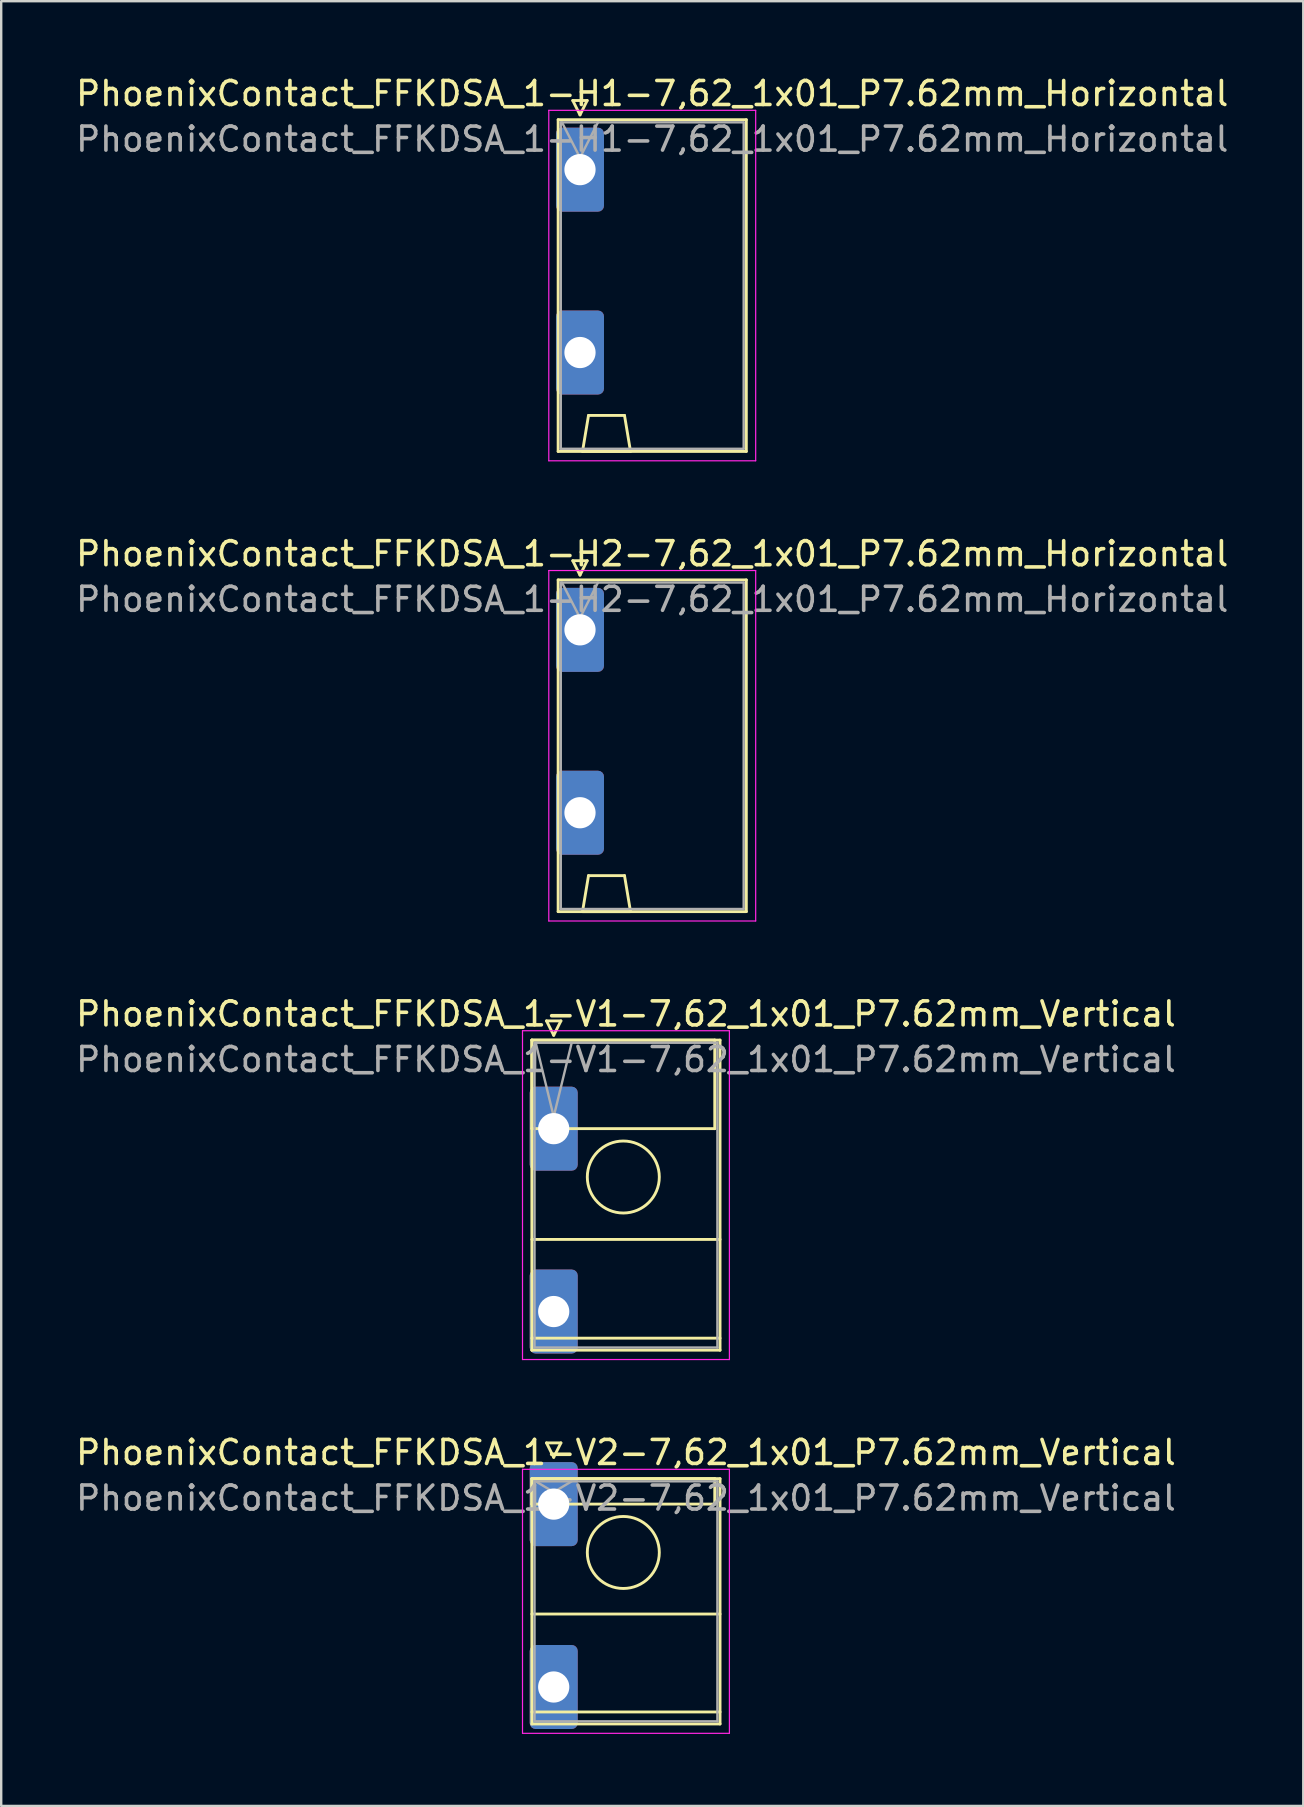
<source format=kicad_pcb>
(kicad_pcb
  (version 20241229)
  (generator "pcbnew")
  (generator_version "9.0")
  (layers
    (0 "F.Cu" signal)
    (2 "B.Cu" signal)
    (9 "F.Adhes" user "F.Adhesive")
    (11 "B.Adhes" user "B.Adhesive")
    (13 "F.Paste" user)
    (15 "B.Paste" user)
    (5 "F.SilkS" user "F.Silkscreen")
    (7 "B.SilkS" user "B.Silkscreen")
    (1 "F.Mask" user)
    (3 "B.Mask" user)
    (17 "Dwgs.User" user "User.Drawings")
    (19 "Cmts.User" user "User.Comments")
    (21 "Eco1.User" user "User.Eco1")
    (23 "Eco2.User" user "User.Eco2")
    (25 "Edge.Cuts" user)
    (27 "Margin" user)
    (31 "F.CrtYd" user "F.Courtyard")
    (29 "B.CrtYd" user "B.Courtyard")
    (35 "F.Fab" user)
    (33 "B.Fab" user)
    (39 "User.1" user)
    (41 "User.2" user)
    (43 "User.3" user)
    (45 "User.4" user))
  (footprint "PhoenixContact_FFKDSA_1-V2-7,62_1x01_P7.62mm_Vertical"
    (layer "F.Cu")
    (at 20.02 59.618)
    (property "Reference" "PhoenixContact_FFKDSA_1-V2-7,62_1x01_P7.62mm_Vertical" (at 3.01 -2.15 0) (layer "F.SilkS") (effects (font (size 1 1) (thickness 0.15))))
    (attr through_hole)
    (fp_line (start -0.91 -1.06) (end -0.91 0) (stroke (width 0.12) (type solid)) (layer "F.SilkS"))
    (fp_line (start -0.91 -1.06) (end -0.91 9.16) (stroke (width 0.12) (type solid)) (layer "F.SilkS"))
    (fp_line (start -0.91 0) (end 6.71 0) (stroke (width 0.12) (type solid)) (layer "F.SilkS"))
    (fp_line (start -0.91 4.58) (end 6.93 4.58) (stroke (width 0.12) (type solid)) (layer "F.SilkS"))
    (fp_line (start -0.91 8.66) (end 6.93 8.66) (stroke (width 0.12) (type solid)) (layer "F.SilkS"))
    (fp_line (start -0.91 9.16) (end 6.93 9.16) (stroke (width 0.12) (type solid)) (layer "F.SilkS"))
    (fp_line (start -0.3 -2.55) (end 0.3 -2.55) (stroke (width 0.12) (type solid)) (layer "F.SilkS"))
    (fp_line (start 0 -1.95) (end -0.3 -2.55) (stroke (width 0.12) (type solid)) (layer "F.SilkS"))
    (fp_line (start 0.3 -2.55) (end 0 -1.95) (stroke (width 0.12) (type solid)) (layer "F.SilkS"))
    (fp_line (start 6.71 -1.06) (end -0.91 -1.06) (stroke (width 0.12) (type solid)) (layer "F.SilkS"))
    (fp_line (start 6.71 0) (end 6.71 -1.06) (stroke (width 0.12) (type solid)) (layer "F.SilkS"))
    (fp_line (start 6.93 -1.06) (end -0.91 -1.06) (stroke (width 0.12) (type solid)) (layer "F.SilkS"))
    (fp_line (start 6.93 9.16) (end 6.93 -1.06) (stroke (width 0.12) (type solid)) (layer "F.SilkS"))
    (fp_circle (center 2.9 2.015) (end 4.4 2.015) (stroke (width 0.12) (type solid)) (fill no) (layer "F.SilkS"))
    (fp_line (start -1.3 -1.45) (end -1.3 9.55) (stroke (width 0.05) (type solid)) (layer "F.CrtYd"))
    (fp_line (start -1.3 9.55) (end 7.32 9.55) (stroke (width 0.05) (type solid)) (layer "F.CrtYd"))
    (fp_line (start 7.32 -1.45) (end -1.3 -1.45) (stroke (width 0.05) (type solid)) (layer "F.CrtYd"))
    (fp_line (start 7.32 9.55) (end 7.32 -1.45) (stroke (width 0.05) (type solid)) (layer "F.CrtYd"))
    (fp_line (start -0.8 -0.95) (end -0.8 9.05) (stroke (width 0.1) (type solid)) (layer "F.Fab"))
    (fp_line (start -0.8 9.05) (end 6.82 9.05) (stroke (width 0.1) (type solid)) (layer "F.Fab"))
    (fp_line (start 0 -0.5) (end -0.75 -0.95) (stroke (width 0.1) (type solid)) (layer "F.Fab"))
    (fp_line (start 0.75 -0.95) (end 0 -0.5) (stroke (width 0.1) (type solid)) (layer "F.Fab"))
    (fp_line (start 6.82 -0.95) (end -0.8 -0.95) (stroke (width 0.1) (type solid)) (layer "F.Fab"))
    (fp_line (start 6.82 9.05) (end 6.82 -0.95) (stroke (width 0.1) (type solid)) (layer "F.Fab"))
    (fp_text user "${REFERENCE}" (at 3.01 -0.25 0) (layer "F.Fab") (effects (font (size 1 1) (thickness 0.15))))
    (pad "1" thru_hole roundrect (at 0 0) (size 2 3.5) (drill 1.3) (layers "*.Cu" "*.Mask") (roundrect_rratio 0.125))
    (pad "1" thru_hole roundrect (at 0 7.62) (size 2 3.5) (drill 1.3) (layers "*.Cu" "*.Mask") (roundrect_rratio 0.125)))
  (footprint "PhoenixContact_FFKDSA_1-V1-7,62_1x01_P7.62mm_Vertical"
    (layer "F.Cu")
    (at 20.02 43.975)
    (property "Reference" "PhoenixContact_FFKDSA_1-V1-7,62_1x01_P7.62mm_Vertical" (at 3.01 -4.78 0) (layer "F.SilkS") (effects (font (size 1 1) (thickness 0.15))))
    (attr through_hole)
    (fp_line (start -0.91 -3.69) (end -0.91 0) (stroke (width 0.12) (type solid)) (layer "F.SilkS"))
    (fp_line (start -0.91 -3.69) (end -0.91 9.23) (stroke (width 0.12) (type solid)) (layer "F.SilkS"))
    (fp_line (start -0.91 0) (end 6.71 0) (stroke (width 0.12) (type solid)) (layer "F.SilkS"))
    (fp_line (start -0.91 4.615) (end 6.93 4.615) (stroke (width 0.12) (type solid)) (layer "F.SilkS"))
    (fp_line (start -0.91 8.73) (end 6.93 8.73) (stroke (width 0.12) (type solid)) (layer "F.SilkS"))
    (fp_line (start -0.91 9.23) (end 6.93 9.23) (stroke (width 0.12) (type solid)) (layer "F.SilkS"))
    (fp_line (start -0.3 -4.49) (end 0.3 -4.49) (stroke (width 0.12) (type solid)) (layer "F.SilkS"))
    (fp_line (start 0 -3.89) (end -0.3 -4.49) (stroke (width 0.12) (type solid)) (layer "F.SilkS"))
    (fp_line (start 0.3 -4.49) (end 0 -3.89) (stroke (width 0.12) (type solid)) (layer "F.SilkS"))
    (fp_line (start 6.71 -3.69) (end -0.91 -3.69) (stroke (width 0.12) (type solid)) (layer "F.SilkS"))
    (fp_line (start 6.71 0) (end 6.71 -3.69) (stroke (width 0.12) (type solid)) (layer "F.SilkS"))
    (fp_line (start 6.93 -3.69) (end -0.91 -3.69) (stroke (width 0.12) (type solid)) (layer "F.SilkS"))
    (fp_line (start 6.93 9.23) (end 6.93 -3.69) (stroke (width 0.12) (type solid)) (layer "F.SilkS"))
    (fp_circle (center 2.9 2.015) (end 4.4 2.015) (stroke (width 0.12) (type solid)) (fill no) (layer "F.SilkS"))
    (fp_line (start -1.3 -4.08) (end -1.3 9.62) (stroke (width 0.05) (type solid)) (layer "F.CrtYd"))
    (fp_line (start -1.3 9.62) (end 7.32 9.62) (stroke (width 0.05) (type solid)) (layer "F.CrtYd"))
    (fp_line (start 7.32 -4.08) (end -1.3 -4.08) (stroke (width 0.05) (type solid)) (layer "F.CrtYd"))
    (fp_line (start 7.32 9.62) (end 7.32 -4.08) (stroke (width 0.05) (type solid)) (layer "F.CrtYd"))
    (fp_line (start -0.8 -3.58) (end -0.8 9.12) (stroke (width 0.1) (type solid)) (layer "F.Fab"))
    (fp_line (start -0.8 9.12) (end 6.82 9.12) (stroke (width 0.1) (type solid)) (layer "F.Fab"))
    (fp_line (start 0 -0.5) (end -0.75 -3.58) (stroke (width 0.1) (type solid)) (layer "F.Fab"))
    (fp_line (start 0.75 -3.58) (end 0 -0.5) (stroke (width 0.1) (type solid)) (layer "F.Fab"))
    (fp_line (start 6.82 -3.58) (end -0.8 -3.58) (stroke (width 0.1) (type solid)) (layer "F.Fab"))
    (fp_line (start 6.82 9.12) (end 6.82 -3.58) (stroke (width 0.1) (type solid)) (layer "F.Fab"))
    (fp_text user "${REFERENCE}" (at 3.01 -2.88 0) (layer "F.Fab") (effects (font (size 1 1) (thickness 0.15))))
    (pad "1" thru_hole roundrect (at 0 0) (size 2 3.5) (drill 1.3) (layers "*.Cu" "*.Mask") (roundrect_rratio 0.125))
    (pad "1" thru_hole roundrect (at 0 7.62) (size 2 3.5) (drill 1.3) (layers "*.Cu" "*.Mask") (roundrect_rratio 0.125)))
  (footprint "PhoenixContact_FFKDSA_1-H1-7,62_1x01_P7.62mm_Horizontal"
    (layer "F.Cu")
    (at 21.115 4.018)
    (property "Reference" "PhoenixContact_FFKDSA_1-H1-7,62_1x01_P7.62mm_Horizontal" (at 3.01 -3.17 0) (layer "F.SilkS") (effects (font (size 1 1) (thickness 0.15))))
    (attr through_hole)
    (fp_line (start -0.91 -2.08) (end -0.91 11.74) (stroke (width 0.12) (type solid)) (layer "F.SilkS"))
    (fp_line (start -0.91 11.74) (end 6.93 11.74) (stroke (width 0.12) (type solid)) (layer "F.SilkS"))
    (fp_line (start -0.3 -2.88) (end 0.3 -2.88) (stroke (width 0.12) (type solid)) (layer "F.SilkS"))
    (fp_line (start 0 -2.28) (end -0.3 -2.88) (stroke (width 0.12) (type solid)) (layer "F.SilkS"))
    (fp_line (start 0.105 11.74) (end 2.105 11.74) (stroke (width 0.12) (type solid)) (layer "F.SilkS"))
    (fp_line (start 0.3 -2.88) (end 0 -2.28) (stroke (width 0.12) (type solid)) (layer "F.SilkS"))
    (fp_line (start 0.355 10.24) (end 0.105 11.74) (stroke (width 0.12) (type solid)) (layer "F.SilkS"))
    (fp_line (start 1.855 10.24) (end 0.355 10.24) (stroke (width 0.12) (type solid)) (layer "F.SilkS"))
    (fp_line (start 2.105 11.74) (end 1.855 10.24) (stroke (width 0.12) (type solid)) (layer "F.SilkS"))
    (fp_line (start 6.93 -2.08) (end -0.91 -2.08) (stroke (width 0.12) (type solid)) (layer "F.SilkS"))
    (fp_line (start 6.93 11.74) (end 6.93 -2.08) (stroke (width 0.12) (type solid)) (layer "F.SilkS"))
    (fp_line (start -1.3 -2.47) (end -1.3 12.13) (stroke (width 0.05) (type solid)) (layer "F.CrtYd"))
    (fp_line (start -1.3 12.13) (end 7.32 12.13) (stroke (width 0.05) (type solid)) (layer "F.CrtYd"))
    (fp_line (start 7.32 -2.47) (end -1.3 -2.47) (stroke (width 0.05) (type solid)) (layer "F.CrtYd"))
    (fp_line (start 7.32 12.13) (end 7.32 -2.47) (stroke (width 0.05) (type solid)) (layer "F.CrtYd"))
    (fp_line (start -0.8 -1.97) (end -0.8 11.63) (stroke (width 0.1) (type solid)) (layer "F.Fab"))
    (fp_line (start -0.8 11.63) (end 6.82 11.63) (stroke (width 0.1) (type solid)) (layer "F.Fab"))
    (fp_line (start 0 -0.5) (end -0.75 -1.97) (stroke (width 0.1) (type solid)) (layer "F.Fab"))
    (fp_line (start 0.75 -1.97) (end 0 -0.5) (stroke (width 0.1) (type solid)) (layer "F.Fab"))
    (fp_line (start 6.82 -1.97) (end -0.8 -1.97) (stroke (width 0.1) (type solid)) (layer "F.Fab"))
    (fp_line (start 6.82 11.63) (end 6.82 -1.97) (stroke (width 0.1) (type solid)) (layer "F.Fab"))
    (fp_text user "${REFERENCE}" (at 3.01 -1.27 0) (layer "F.Fab") (effects (font (size 1 1) (thickness 0.15))))
    (pad "1" thru_hole roundrect (at 0 0) (size 2 3.5) (drill 1.3) (layers "*.Cu" "*.Mask") (roundrect_rratio 0.125))
    (pad "1" thru_hole roundrect (at 0 7.62) (size 2 3.5) (drill 1.3) (layers "*.Cu" "*.Mask") (roundrect_rratio 0.125)))
  (footprint "PhoenixContact_FFKDSA_1-H2-7,62_1x01_P7.62mm_Horizontal"
    (layer "F.Cu")
    (at 21.115 23.192)
    (property "Reference" "PhoenixContact_FFKDSA_1-H2-7,62_1x01_P7.62mm_Horizontal" (at 3.01 -3.17 0) (layer "F.SilkS") (effects (font (size 1 1) (thickness 0.15))))
    (attr through_hole)
    (fp_line (start -0.91 -2.08) (end -0.91 11.74) (stroke (width 0.12) (type solid)) (layer "F.SilkS"))
    (fp_line (start -0.91 11.74) (end 6.93 11.74) (stroke (width 0.12) (type solid)) (layer "F.SilkS"))
    (fp_line (start -0.3 -2.88) (end 0.3 -2.88) (stroke (width 0.12) (type solid)) (layer "F.SilkS"))
    (fp_line (start 0 -2.28) (end -0.3 -2.88) (stroke (width 0.12) (type solid)) (layer "F.SilkS"))
    (fp_line (start 0.105 11.74) (end 2.105 11.74) (stroke (width 0.12) (type solid)) (layer "F.SilkS"))
    (fp_line (start 0.3 -2.88) (end 0 -2.28) (stroke (width 0.12) (type solid)) (layer "F.SilkS"))
    (fp_line (start 0.355 10.24) (end 0.105 11.74) (stroke (width 0.12) (type solid)) (layer "F.SilkS"))
    (fp_line (start 1.855 10.24) (end 0.355 10.24) (stroke (width 0.12) (type solid)) (layer "F.SilkS"))
    (fp_line (start 2.105 11.74) (end 1.855 10.24) (stroke (width 0.12) (type solid)) (layer "F.SilkS"))
    (fp_line (start 6.93 -2.08) (end -0.91 -2.08) (stroke (width 0.12) (type solid)) (layer "F.SilkS"))
    (fp_line (start 6.93 11.74) (end 6.93 -2.08) (stroke (width 0.12) (type solid)) (layer "F.SilkS"))
    (fp_line (start -1.3 -2.47) (end -1.3 12.13) (stroke (width 0.05) (type solid)) (layer "F.CrtYd"))
    (fp_line (start -1.3 12.13) (end 7.32 12.13) (stroke (width 0.05) (type solid)) (layer "F.CrtYd"))
    (fp_line (start 7.32 -2.47) (end -1.3 -2.47) (stroke (width 0.05) (type solid)) (layer "F.CrtYd"))
    (fp_line (start 7.32 12.13) (end 7.32 -2.47) (stroke (width 0.05) (type solid)) (layer "F.CrtYd"))
    (fp_line (start -0.8 -1.97) (end -0.8 11.63) (stroke (width 0.1) (type solid)) (layer "F.Fab"))
    (fp_line (start -0.8 11.63) (end 6.82 11.63) (stroke (width 0.1) (type solid)) (layer "F.Fab"))
    (fp_line (start 0 -0.5) (end -0.75 -1.97) (stroke (width 0.1) (type solid)) (layer "F.Fab"))
    (fp_line (start 0.75 -1.97) (end 0 -0.5) (stroke (width 0.1) (type solid)) (layer "F.Fab"))
    (fp_line (start 6.82 -1.97) (end -0.8 -1.97) (stroke (width 0.1) (type solid)) (layer "F.Fab"))
    (fp_line (start 6.82 11.63) (end 6.82 -1.97) (stroke (width 0.1) (type solid)) (layer "F.Fab"))
    (fp_text user "${REFERENCE}" (at 3.01 -1.27 0) (layer "F.Fab") (effects (font (size 1 1) (thickness 0.15))))
    (pad "1" thru_hole roundrect (at 0 0) (size 2 3.5) (drill 1.3) (layers "*.Cu" "*.Mask") (roundrect_rratio 0.125))
    (pad "1" thru_hole roundrect (at 0 7.62) (size 2 3.5) (drill 1.3) (layers "*.Cu" "*.Mask") (roundrect_rratio 0.125)))
  (gr_rect
    (start -3 -3)
    (end 51.25 72.193)
    (stroke (width 0.1) (type default))
    (fill no)
    (layer "Edge.Cuts")))
</source>
